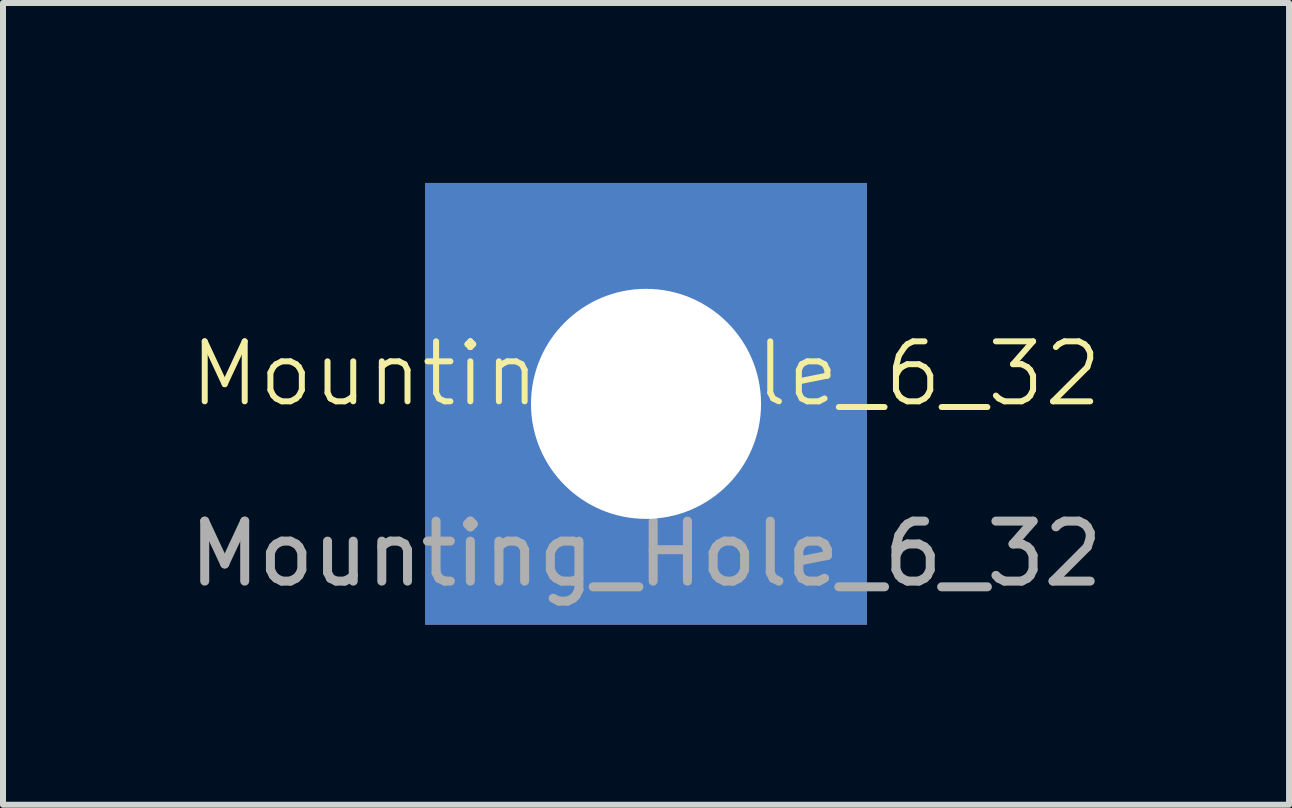
<source format=kicad_pcb>
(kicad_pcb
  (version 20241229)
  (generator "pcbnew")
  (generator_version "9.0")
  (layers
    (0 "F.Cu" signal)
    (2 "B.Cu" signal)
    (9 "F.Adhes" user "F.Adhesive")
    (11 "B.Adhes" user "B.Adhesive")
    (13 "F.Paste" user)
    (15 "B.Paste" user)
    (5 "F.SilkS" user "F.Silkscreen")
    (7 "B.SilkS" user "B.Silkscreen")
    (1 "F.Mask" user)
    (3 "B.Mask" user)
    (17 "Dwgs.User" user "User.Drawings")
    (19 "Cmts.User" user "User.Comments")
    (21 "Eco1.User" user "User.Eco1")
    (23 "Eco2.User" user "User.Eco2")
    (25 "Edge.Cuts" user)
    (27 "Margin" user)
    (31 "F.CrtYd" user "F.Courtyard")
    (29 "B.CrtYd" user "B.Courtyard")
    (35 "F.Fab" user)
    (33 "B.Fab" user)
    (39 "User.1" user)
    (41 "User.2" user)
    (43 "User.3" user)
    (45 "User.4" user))
  (footprint "Mounting_Hole_6_32"
    (layer "F.Cu")
    (at 7.72 3.683)
    (property "Reference" "Mounting_Hole_6_32" (at 0 -0.5 0) (unlocked yes) (layer "F.SilkS") (effects (font (size 1 1) (thickness 0.1))))
    (attr through_hole)
    (fp_text user "${REFERENCE}" (at 0 2.5 0) (unlocked yes) (layer "F.Fab") (effects (font (size 1 1) (thickness 0.15))))
    (pad "1" thru_hole rect (at 0 0) (size 7.366 7.366) (drill 3.835) (layers "*.Cu" "*.Mask")))
  (gr_rect
    (start -3 -3)
    (end 18.44 10.366)
    (stroke (width 0.1) (type default))
    (fill no)
    (layer "Edge.Cuts")))
</source>
